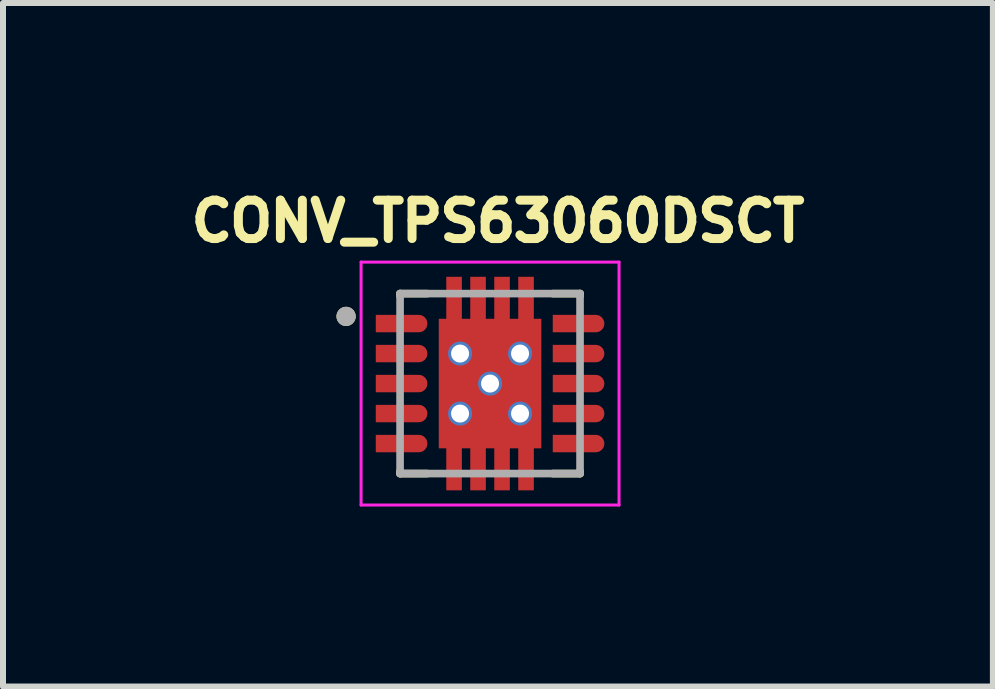
<source format=kicad_pcb>
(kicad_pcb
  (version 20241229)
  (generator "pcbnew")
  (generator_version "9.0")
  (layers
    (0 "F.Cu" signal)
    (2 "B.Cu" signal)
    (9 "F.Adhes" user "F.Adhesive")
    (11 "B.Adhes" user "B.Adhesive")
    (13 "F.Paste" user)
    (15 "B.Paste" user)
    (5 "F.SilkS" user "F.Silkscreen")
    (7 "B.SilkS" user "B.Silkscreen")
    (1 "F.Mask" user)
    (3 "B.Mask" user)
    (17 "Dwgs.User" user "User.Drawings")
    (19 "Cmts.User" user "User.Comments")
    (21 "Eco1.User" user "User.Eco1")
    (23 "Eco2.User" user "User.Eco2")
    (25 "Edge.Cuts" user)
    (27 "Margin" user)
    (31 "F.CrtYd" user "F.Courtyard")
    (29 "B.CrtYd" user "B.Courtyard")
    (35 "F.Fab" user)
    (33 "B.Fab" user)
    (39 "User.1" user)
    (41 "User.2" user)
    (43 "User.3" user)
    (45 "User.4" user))
  (footprint "CONV_TPS63060DSCT"
    (layer "F.Cu")
    (at 5.119 3.344)
    (property "Reference" "CONV_TPS63060DSCT" (at 0.132 -2.706 0) (layer "F.SilkS") (effects (font (size 0.64 0.64) (thickness 0.15))))
    (attr smd)
    (fp_poly (pts (xy -0.92 -1.145) (xy -0.795 -1.145) (xy -0.795 -1.845) (xy -0.405 -1.845) (xy -0.405 -1.145) (xy -0.395 -1.145) (xy -0.395 -1.845) (xy -0.005 -1.845) (xy -0.005 -1.145) (xy 0.005 -1.145) (xy 0.005 -1.845) (xy 0.395 -1.845) (xy 0.395 -1.145) (xy 0.405 -1.145) (xy 0.405 -1.845) (xy 0.795 -1.845) (xy 0.795 -1.145) (xy 0.92 -1.145) (xy 0.92 1.145) (xy 0.795 1.145) (xy 0.795 1.845) (xy 0.405 1.845) (xy 0.405 1.145) (xy 0.395 1.145) (xy 0.395 1.845) (xy 0.005 1.845) (xy 0.005 1.145) (xy -0.005 1.145) (xy -0.005 1.845) (xy -0.395 1.845) (xy -0.395 1.145) (xy -0.405 1.145) (xy -0.405 1.845) (xy -0.795 1.845) (xy -0.795 1.145) (xy -0.92 1.145)) (stroke (width 0.01) (type solid)) (fill yes) (layer "F.Mask"))
    (fp_poly (pts (xy -1.97 -1.21) (xy -1.97 -0.79) (xy -1.19 -0.79) (xy -1.179 -0.79) (xy -1.168 -0.791) (xy -1.157 -0.793) (xy -1.146 -0.795) (xy -1.136 -0.797) (xy -1.125 -0.8) (xy -1.115 -0.804) (xy -1.105 -0.808) (xy -1.095 -0.813) (xy -1.085 -0.818) (xy -1.076 -0.824) (xy -1.067 -0.83) (xy -1.058 -0.837) (xy -1.049 -0.844) (xy -1.042 -0.852) (xy -1.034 -0.859) (xy -1.027 -0.868) (xy -1.02 -0.877) (xy -1.014 -0.886) (xy -1.008 -0.895) (xy -1.003 -0.905) (xy -0.998 -0.915) (xy -0.994 -0.925) (xy -0.99 -0.935) (xy -0.987 -0.946) (xy -0.985 -0.956) (xy -0.983 -0.967) (xy -0.981 -0.978) (xy -0.98 -0.989) (xy -0.98 -1) (xy -0.98 -1.011) (xy -0.981 -1.022) (xy -0.983 -1.033) (xy -0.985 -1.044) (xy -0.987 -1.054) (xy -0.99 -1.065) (xy -0.994 -1.075) (xy -0.998 -1.085) (xy -1.003 -1.095) (xy -1.008 -1.105) (xy -1.014 -1.114) (xy -1.02 -1.123) (xy -1.027 -1.132) (xy -1.034 -1.141) (xy -1.042 -1.148) (xy -1.049 -1.156) (xy -1.058 -1.163) (xy -1.067 -1.17) (xy -1.076 -1.176) (xy -1.085 -1.182) (xy -1.095 -1.187) (xy -1.105 -1.192) (xy -1.115 -1.196) (xy -1.125 -1.2) (xy -1.136 -1.203) (xy -1.146 -1.205) (xy -1.157 -1.207) (xy -1.168 -1.209) (xy -1.179 -1.21) (xy -1.19 -1.21) (xy -1.97 -1.21)) (stroke (width 0.01) (type solid)) (fill yes) (layer "F.Mask"))
    (fp_poly (pts (xy -1.97 -0.71) (xy -1.97 -0.29) (xy -1.19 -0.29) (xy -1.179 -0.29) (xy -1.168 -0.291) (xy -1.157 -0.293) (xy -1.146 -0.295) (xy -1.136 -0.297) (xy -1.125 -0.3) (xy -1.115 -0.304) (xy -1.105 -0.308) (xy -1.095 -0.313) (xy -1.085 -0.318) (xy -1.076 -0.324) (xy -1.067 -0.33) (xy -1.058 -0.337) (xy -1.049 -0.344) (xy -1.042 -0.352) (xy -1.034 -0.359) (xy -1.027 -0.368) (xy -1.02 -0.377) (xy -1.014 -0.386) (xy -1.008 -0.395) (xy -1.003 -0.405) (xy -0.998 -0.415) (xy -0.994 -0.425) (xy -0.99 -0.435) (xy -0.987 -0.446) (xy -0.985 -0.456) (xy -0.983 -0.467) (xy -0.981 -0.478) (xy -0.98 -0.489) (xy -0.98 -0.5) (xy -0.98 -0.511) (xy -0.981 -0.522) (xy -0.983 -0.533) (xy -0.985 -0.544) (xy -0.987 -0.554) (xy -0.99 -0.565) (xy -0.994 -0.575) (xy -0.998 -0.585) (xy -1.003 -0.595) (xy -1.008 -0.605) (xy -1.014 -0.614) (xy -1.02 -0.623) (xy -1.027 -0.632) (xy -1.034 -0.641) (xy -1.042 -0.648) (xy -1.049 -0.656) (xy -1.058 -0.663) (xy -1.067 -0.67) (xy -1.076 -0.676) (xy -1.085 -0.682) (xy -1.095 -0.687) (xy -1.105 -0.692) (xy -1.115 -0.696) (xy -1.125 -0.7) (xy -1.136 -0.703) (xy -1.146 -0.705) (xy -1.157 -0.707) (xy -1.168 -0.709) (xy -1.179 -0.71) (xy -1.19 -0.71) (xy -1.97 -0.71)) (stroke (width 0.01) (type solid)) (fill yes) (layer "F.Mask"))
    (fp_poly (pts (xy -1.97 -0.21) (xy -1.97 0.21) (xy -1.19 0.21) (xy -1.179 0.21) (xy -1.168 0.209) (xy -1.157 0.207) (xy -1.146 0.205) (xy -1.136 0.203) (xy -1.125 0.2) (xy -1.115 0.196) (xy -1.105 0.192) (xy -1.095 0.187) (xy -1.085 0.182) (xy -1.076 0.176) (xy -1.067 0.17) (xy -1.058 0.163) (xy -1.049 0.156) (xy -1.042 0.148) (xy -1.034 0.141) (xy -1.027 0.132) (xy -1.02 0.123) (xy -1.014 0.114) (xy -1.008 0.105) (xy -1.003 0.095) (xy -0.998 0.085) (xy -0.994 0.075) (xy -0.99 0.065) (xy -0.987 0.054) (xy -0.985 0.044) (xy -0.983 0.033) (xy -0.981 0.022) (xy -0.98 0.011) (xy -0.98 0) (xy -0.98 -0.011) (xy -0.981 -0.022) (xy -0.983 -0.033) (xy -0.985 -0.044) (xy -0.987 -0.054) (xy -0.99 -0.065) (xy -0.994 -0.075) (xy -0.998 -0.085) (xy -1.003 -0.095) (xy -1.008 -0.105) (xy -1.014 -0.114) (xy -1.02 -0.123) (xy -1.027 -0.132) (xy -1.034 -0.141) (xy -1.042 -0.148) (xy -1.049 -0.156) (xy -1.058 -0.163) (xy -1.067 -0.17) (xy -1.076 -0.176) (xy -1.085 -0.182) (xy -1.095 -0.187) (xy -1.105 -0.192) (xy -1.115 -0.196) (xy -1.125 -0.2) (xy -1.136 -0.203) (xy -1.146 -0.205) (xy -1.157 -0.207) (xy -1.168 -0.209) (xy -1.179 -0.21) (xy -1.19 -0.21) (xy -1.97 -0.21)) (stroke (width 0.01) (type solid)) (fill yes) (layer "F.Mask"))
    (fp_poly (pts (xy -1.97 0.29) (xy -1.97 0.71) (xy -1.19 0.71) (xy -1.179 0.71) (xy -1.168 0.709) (xy -1.157 0.707) (xy -1.146 0.705) (xy -1.136 0.703) (xy -1.125 0.7) (xy -1.115 0.696) (xy -1.105 0.692) (xy -1.095 0.687) (xy -1.085 0.682) (xy -1.076 0.676) (xy -1.067 0.67) (xy -1.058 0.663) (xy -1.049 0.656) (xy -1.042 0.648) (xy -1.034 0.641) (xy -1.027 0.632) (xy -1.02 0.623) (xy -1.014 0.614) (xy -1.008 0.605) (xy -1.003 0.595) (xy -0.998 0.585) (xy -0.994 0.575) (xy -0.99 0.565) (xy -0.987 0.554) (xy -0.985 0.544) (xy -0.983 0.533) (xy -0.981 0.522) (xy -0.98 0.511) (xy -0.98 0.5) (xy -0.98 0.489) (xy -0.981 0.478) (xy -0.983 0.467) (xy -0.985 0.456) (xy -0.987 0.446) (xy -0.99 0.435) (xy -0.994 0.425) (xy -0.998 0.415) (xy -1.003 0.405) (xy -1.008 0.395) (xy -1.014 0.386) (xy -1.02 0.377) (xy -1.027 0.368) (xy -1.034 0.359) (xy -1.042 0.352) (xy -1.049 0.344) (xy -1.058 0.337) (xy -1.067 0.33) (xy -1.076 0.324) (xy -1.085 0.318) (xy -1.095 0.313) (xy -1.105 0.308) (xy -1.115 0.304) (xy -1.125 0.3) (xy -1.136 0.297) (xy -1.146 0.295) (xy -1.157 0.293) (xy -1.168 0.291) (xy -1.179 0.29) (xy -1.19 0.29) (xy -1.97 0.29)) (stroke (width 0.01) (type solid)) (fill yes) (layer "F.Mask"))
    (fp_poly (pts (xy -1.97 0.79) (xy -1.97 1.21) (xy -1.19 1.21) (xy -1.179 1.21) (xy -1.168 1.209) (xy -1.157 1.207) (xy -1.146 1.205) (xy -1.136 1.203) (xy -1.125 1.2) (xy -1.115 1.196) (xy -1.105 1.192) (xy -1.095 1.187) (xy -1.085 1.182) (xy -1.076 1.176) (xy -1.067 1.17) (xy -1.058 1.163) (xy -1.049 1.156) (xy -1.042 1.148) (xy -1.034 1.141) (xy -1.027 1.132) (xy -1.02 1.123) (xy -1.014 1.114) (xy -1.008 1.105) (xy -1.003 1.095) (xy -0.998 1.085) (xy -0.994 1.075) (xy -0.99 1.065) (xy -0.987 1.054) (xy -0.985 1.044) (xy -0.983 1.033) (xy -0.981 1.022) (xy -0.98 1.011) (xy -0.98 1) (xy -0.98 0.989) (xy -0.981 0.978) (xy -0.983 0.967) (xy -0.985 0.956) (xy -0.987 0.946) (xy -0.99 0.935) (xy -0.994 0.925) (xy -0.998 0.915) (xy -1.003 0.905) (xy -1.008 0.895) (xy -1.014 0.886) (xy -1.02 0.877) (xy -1.027 0.868) (xy -1.034 0.859) (xy -1.042 0.852) (xy -1.049 0.844) (xy -1.058 0.837) (xy -1.067 0.83) (xy -1.076 0.824) (xy -1.085 0.818) (xy -1.095 0.813) (xy -1.105 0.808) (xy -1.115 0.804) (xy -1.125 0.8) (xy -1.136 0.797) (xy -1.146 0.795) (xy -1.157 0.793) (xy -1.168 0.791) (xy -1.179 0.79) (xy -1.19 0.79) (xy -1.97 0.79)) (stroke (width 0.01) (type solid)) (fill yes) (layer "F.Mask"))
    (fp_poly (pts (xy 1.97 -1.21) (xy 1.97 -0.79) (xy 1.19 -0.79) (xy 1.179 -0.79) (xy 1.168 -0.791) (xy 1.157 -0.793) (xy 1.146 -0.795) (xy 1.136 -0.797) (xy 1.125 -0.8) (xy 1.115 -0.804) (xy 1.105 -0.808) (xy 1.095 -0.813) (xy 1.085 -0.818) (xy 1.076 -0.824) (xy 1.067 -0.83) (xy 1.058 -0.837) (xy 1.049 -0.844) (xy 1.042 -0.852) (xy 1.034 -0.859) (xy 1.027 -0.868) (xy 1.02 -0.877) (xy 1.014 -0.886) (xy 1.008 -0.895) (xy 1.003 -0.905) (xy 0.998 -0.915) (xy 0.994 -0.925) (xy 0.99 -0.935) (xy 0.987 -0.946) (xy 0.985 -0.956) (xy 0.983 -0.967) (xy 0.981 -0.978) (xy 0.98 -0.989) (xy 0.98 -1) (xy 0.98 -1.011) (xy 0.981 -1.022) (xy 0.983 -1.033) (xy 0.985 -1.044) (xy 0.987 -1.054) (xy 0.99 -1.065) (xy 0.994 -1.075) (xy 0.998 -1.085) (xy 1.003 -1.095) (xy 1.008 -1.105) (xy 1.014 -1.114) (xy 1.02 -1.123) (xy 1.027 -1.132) (xy 1.034 -1.141) (xy 1.042 -1.148) (xy 1.049 -1.156) (xy 1.058 -1.163) (xy 1.067 -1.17) (xy 1.076 -1.176) (xy 1.085 -1.182) (xy 1.095 -1.187) (xy 1.105 -1.192) (xy 1.115 -1.196) (xy 1.125 -1.2) (xy 1.136 -1.203) (xy 1.146 -1.205) (xy 1.157 -1.207) (xy 1.168 -1.209) (xy 1.179 -1.21) (xy 1.19 -1.21) (xy 1.97 -1.21)) (stroke (width 0.01) (type solid)) (fill yes) (layer "F.Mask"))
    (fp_poly (pts (xy 1.97 -0.71) (xy 1.97 -0.29) (xy 1.19 -0.29) (xy 1.179 -0.29) (xy 1.168 -0.291) (xy 1.157 -0.293) (xy 1.146 -0.295) (xy 1.136 -0.297) (xy 1.125 -0.3) (xy 1.115 -0.304) (xy 1.105 -0.308) (xy 1.095 -0.313) (xy 1.085 -0.318) (xy 1.076 -0.324) (xy 1.067 -0.33) (xy 1.058 -0.337) (xy 1.049 -0.344) (xy 1.042 -0.352) (xy 1.034 -0.359) (xy 1.027 -0.368) (xy 1.02 -0.377) (xy 1.014 -0.386) (xy 1.008 -0.395) (xy 1.003 -0.405) (xy 0.998 -0.415) (xy 0.994 -0.425) (xy 0.99 -0.435) (xy 0.987 -0.446) (xy 0.985 -0.456) (xy 0.983 -0.467) (xy 0.981 -0.478) (xy 0.98 -0.489) (xy 0.98 -0.5) (xy 0.98 -0.511) (xy 0.981 -0.522) (xy 0.983 -0.533) (xy 0.985 -0.544) (xy 0.987 -0.554) (xy 0.99 -0.565) (xy 0.994 -0.575) (xy 0.998 -0.585) (xy 1.003 -0.595) (xy 1.008 -0.605) (xy 1.014 -0.614) (xy 1.02 -0.623) (xy 1.027 -0.632) (xy 1.034 -0.641) (xy 1.042 -0.648) (xy 1.049 -0.656) (xy 1.058 -0.663) (xy 1.067 -0.67) (xy 1.076 -0.676) (xy 1.085 -0.682) (xy 1.095 -0.687) (xy 1.105 -0.692) (xy 1.115 -0.696) (xy 1.125 -0.7) (xy 1.136 -0.703) (xy 1.146 -0.705) (xy 1.157 -0.707) (xy 1.168 -0.709) (xy 1.179 -0.71) (xy 1.19 -0.71) (xy 1.97 -0.71)) (stroke (width 0.01) (type solid)) (fill yes) (layer "F.Mask"))
    (fp_poly (pts (xy 1.97 -0.21) (xy 1.97 0.21) (xy 1.19 0.21) (xy 1.179 0.21) (xy 1.168 0.209) (xy 1.157 0.207) (xy 1.146 0.205) (xy 1.136 0.203) (xy 1.125 0.2) (xy 1.115 0.196) (xy 1.105 0.192) (xy 1.095 0.187) (xy 1.085 0.182) (xy 1.076 0.176) (xy 1.067 0.17) (xy 1.058 0.163) (xy 1.049 0.156) (xy 1.042 0.148) (xy 1.034 0.141) (xy 1.027 0.132) (xy 1.02 0.123) (xy 1.014 0.114) (xy 1.008 0.105) (xy 1.003 0.095) (xy 0.998 0.085) (xy 0.994 0.075) (xy 0.99 0.065) (xy 0.987 0.054) (xy 0.985 0.044) (xy 0.983 0.033) (xy 0.981 0.022) (xy 0.98 0.011) (xy 0.98 0) (xy 0.98 -0.011) (xy 0.981 -0.022) (xy 0.983 -0.033) (xy 0.985 -0.044) (xy 0.987 -0.054) (xy 0.99 -0.065) (xy 0.994 -0.075) (xy 0.998 -0.085) (xy 1.003 -0.095) (xy 1.008 -0.105) (xy 1.014 -0.114) (xy 1.02 -0.123) (xy 1.027 -0.132) (xy 1.034 -0.141) (xy 1.042 -0.148) (xy 1.049 -0.156) (xy 1.058 -0.163) (xy 1.067 -0.17) (xy 1.076 -0.176) (xy 1.085 -0.182) (xy 1.095 -0.187) (xy 1.105 -0.192) (xy 1.115 -0.196) (xy 1.125 -0.2) (xy 1.136 -0.203) (xy 1.146 -0.205) (xy 1.157 -0.207) (xy 1.168 -0.209) (xy 1.179 -0.21) (xy 1.19 -0.21) (xy 1.97 -0.21)) (stroke (width 0.01) (type solid)) (fill yes) (layer "F.Mask"))
    (fp_poly (pts (xy 1.97 0.29) (xy 1.97 0.71) (xy 1.19 0.71) (xy 1.179 0.71) (xy 1.168 0.709) (xy 1.157 0.707) (xy 1.146 0.705) (xy 1.136 0.703) (xy 1.125 0.7) (xy 1.115 0.696) (xy 1.105 0.692) (xy 1.095 0.687) (xy 1.085 0.682) (xy 1.076 0.676) (xy 1.067 0.67) (xy 1.058 0.663) (xy 1.049 0.656) (xy 1.042 0.648) (xy 1.034 0.641) (xy 1.027 0.632) (xy 1.02 0.623) (xy 1.014 0.614) (xy 1.008 0.605) (xy 1.003 0.595) (xy 0.998 0.585) (xy 0.994 0.575) (xy 0.99 0.565) (xy 0.987 0.554) (xy 0.985 0.544) (xy 0.983 0.533) (xy 0.981 0.522) (xy 0.98 0.511) (xy 0.98 0.5) (xy 0.98 0.489) (xy 0.981 0.478) (xy 0.983 0.467) (xy 0.985 0.456) (xy 0.987 0.446) (xy 0.99 0.435) (xy 0.994 0.425) (xy 0.998 0.415) (xy 1.003 0.405) (xy 1.008 0.395) (xy 1.014 0.386) (xy 1.02 0.377) (xy 1.027 0.368) (xy 1.034 0.359) (xy 1.042 0.352) (xy 1.049 0.344) (xy 1.058 0.337) (xy 1.067 0.33) (xy 1.076 0.324) (xy 1.085 0.318) (xy 1.095 0.313) (xy 1.105 0.308) (xy 1.115 0.304) (xy 1.125 0.3) (xy 1.136 0.297) (xy 1.146 0.295) (xy 1.157 0.293) (xy 1.168 0.291) (xy 1.179 0.29) (xy 1.19 0.29) (xy 1.97 0.29)) (stroke (width 0.01) (type solid)) (fill yes) (layer "F.Mask"))
    (fp_poly (pts (xy 1.97 0.79) (xy 1.97 1.21) (xy 1.19 1.21) (xy 1.179 1.21) (xy 1.168 1.209) (xy 1.157 1.207) (xy 1.146 1.205) (xy 1.136 1.203) (xy 1.125 1.2) (xy 1.115 1.196) (xy 1.105 1.192) (xy 1.095 1.187) (xy 1.085 1.182) (xy 1.076 1.176) (xy 1.067 1.17) (xy 1.058 1.163) (xy 1.049 1.156) (xy 1.042 1.148) (xy 1.034 1.141) (xy 1.027 1.132) (xy 1.02 1.123) (xy 1.014 1.114) (xy 1.008 1.105) (xy 1.003 1.095) (xy 0.998 1.085) (xy 0.994 1.075) (xy 0.99 1.065) (xy 0.987 1.054) (xy 0.985 1.044) (xy 0.983 1.033) (xy 0.981 1.022) (xy 0.98 1.011) (xy 0.98 1) (xy 0.98 0.989) (xy 0.981 0.978) (xy 0.983 0.967) (xy 0.985 0.956) (xy 0.987 0.946) (xy 0.99 0.935) (xy 0.994 0.925) (xy 0.998 0.915) (xy 1.003 0.905) (xy 1.008 0.895) (xy 1.014 0.886) (xy 1.02 0.877) (xy 1.027 0.868) (xy 1.034 0.859) (xy 1.042 0.852) (xy 1.049 0.844) (xy 1.058 0.837) (xy 1.067 0.83) (xy 1.076 0.824) (xy 1.085 0.818) (xy 1.095 0.813) (xy 1.105 0.808) (xy 1.115 0.804) (xy 1.125 0.8) (xy 1.136 0.797) (xy 1.146 0.795) (xy 1.157 0.793) (xy 1.168 0.791) (xy 1.179 0.79) (xy 1.19 0.79) (xy 1.97 0.79)) (stroke (width 0.01) (type solid)) (fill yes) (layer "F.Mask"))
    (fp_line (start -1.5 -1.5) (end -1.5 -1.46) (stroke (width 0.127) (type solid)) (layer "F.SilkS"))
    (fp_line (start -1.5 -1.5) (end -1.045 -1.5) (stroke (width 0.127) (type solid)) (layer "F.SilkS"))
    (fp_line (start -1.5 1.5) (end -1.5 1.46) (stroke (width 0.127) (type solid)) (layer "F.SilkS"))
    (fp_line (start -1.5 1.5) (end -1.045 1.5) (stroke (width 0.127) (type solid)) (layer "F.SilkS"))
    (fp_line (start 1.045 -1.5) (end 1.5 -1.5) (stroke (width 0.127) (type solid)) (layer "F.SilkS"))
    (fp_line (start 1.045 1.5) (end 1.5 1.5) (stroke (width 0.127) (type solid)) (layer "F.SilkS"))
    (fp_line (start 1.5 -1.5) (end 1.5 -1.46) (stroke (width 0.127) (type solid)) (layer "F.SilkS"))
    (fp_line (start 1.5 1.5) (end 1.5 1.46) (stroke (width 0.127) (type solid)) (layer "F.SilkS"))
    (fp_circle (center -2.4 -1.12) (end -2.32 -1.12) (stroke (width 0.16) (type solid)) (fill no) (layer "F.SilkS"))
    (fp_poly (pts (xy -0.76 -1.01) (xy -0.11 -1.01) (xy -0.11 -0.11) (xy -0.76 -0.11)) (stroke (width 0.01) (type solid)) (fill yes) (layer "F.Paste"))
    (fp_poly (pts (xy -0.76 0.11) (xy -0.11 0.11) (xy -0.11 1.01) (xy -0.76 1.01)) (stroke (width 0.01) (type solid)) (fill yes) (layer "F.Paste"))
    (fp_poly (pts (xy -0.715 -1.76) (xy -0.485 -1.76) (xy -0.485 -1.16) (xy -0.715 -1.16)) (stroke (width 0.01) (type solid)) (fill yes) (layer "F.Paste"))
    (fp_poly (pts (xy -0.715 1.16) (xy -0.485 1.16) (xy -0.485 1.76) (xy -0.715 1.76)) (stroke (width 0.01) (type solid)) (fill yes) (layer "F.Paste"))
    (fp_poly (pts (xy -0.315 -1.76) (xy -0.085 -1.76) (xy -0.085 -1.16) (xy -0.315 -1.16)) (stroke (width 0.01) (type solid)) (fill yes) (layer "F.Paste"))
    (fp_poly (pts (xy -0.315 1.16) (xy -0.085 1.16) (xy -0.085 1.76) (xy -0.315 1.76)) (stroke (width 0.01) (type solid)) (fill yes) (layer "F.Paste"))
    (fp_poly (pts (xy 0.085 -1.76) (xy 0.315 -1.76) (xy 0.315 -1.16) (xy 0.085 -1.16)) (stroke (width 0.01) (type solid)) (fill yes) (layer "F.Paste"))
    (fp_poly (pts (xy 0.085 1.16) (xy 0.315 1.16) (xy 0.315 1.76) (xy 0.085 1.76)) (stroke (width 0.01) (type solid)) (fill yes) (layer "F.Paste"))
    (fp_poly (pts (xy 0.11 -1.01) (xy 0.76 -1.01) (xy 0.76 -0.11) (xy 0.11 -0.11)) (stroke (width 0.01) (type solid)) (fill yes) (layer "F.Paste"))
    (fp_poly (pts (xy 0.11 0.11) (xy 0.76 0.11) (xy 0.76 1.01) (xy 0.11 1.01)) (stroke (width 0.01) (type solid)) (fill yes) (layer "F.Paste"))
    (fp_poly (pts (xy 0.485 -1.76) (xy 0.715 -1.76) (xy 0.715 -1.16) (xy 0.485 -1.16)) (stroke (width 0.01) (type solid)) (fill yes) (layer "F.Paste"))
    (fp_poly (pts (xy 0.485 1.16) (xy 0.715 1.16) (xy 0.715 1.76) (xy 0.485 1.76)) (stroke (width 0.01) (type solid)) (fill yes) (layer "F.Paste"))
    (fp_poly (pts (xy -1.875 -1.115) (xy -1.875 -0.885) (xy -1.215 -0.885) (xy -1.209 -0.885) (xy -1.203 -0.884) (xy -1.196 -0.885) (xy -1.189 -0.885) (xy -1.182 -0.886) (xy -1.176 -0.887) (xy -1.169 -0.889) (xy -1.163 -0.891) (xy -1.157 -0.893) (xy -1.15 -0.895) (xy -1.144 -0.898) (xy -1.138 -0.902) (xy -1.133 -0.905) (xy -1.127 -0.909) (xy -1.122 -0.913) (xy -1.117 -0.917) (xy -1.112 -0.922) (xy -1.107 -0.927) (xy -1.103 -0.932) (xy -1.099 -0.937) (xy -1.095 -0.943) (xy -1.092 -0.948) (xy -1.088 -0.954) (xy -1.085 -0.96) (xy -1.083 -0.967) (xy -1.081 -0.973) (xy -1.079 -0.979) (xy -1.077 -0.986) (xy -1.076 -0.992) (xy -1.075 -1) (xy -1.076 -1.008) (xy -1.077 -1.014) (xy -1.079 -1.021) (xy -1.081 -1.027) (xy -1.083 -1.033) (xy -1.085 -1.04) (xy -1.088 -1.046) (xy -1.092 -1.052) (xy -1.095 -1.057) (xy -1.099 -1.063) (xy -1.103 -1.068) (xy -1.107 -1.073) (xy -1.112 -1.078) (xy -1.117 -1.083) (xy -1.122 -1.087) (xy -1.127 -1.091) (xy -1.133 -1.095) (xy -1.138 -1.098) (xy -1.144 -1.102) (xy -1.15 -1.105) (xy -1.157 -1.107) (xy -1.163 -1.109) (xy -1.169 -1.111) (xy -1.176 -1.113) (xy -1.182 -1.114) (xy -1.189 -1.115) (xy -1.196 -1.115) (xy -1.203 -1.116) (xy -1.209 -1.115) (xy -1.215 -1.115) (xy -1.875 -1.115)) (stroke (width 0.01) (type solid)) (fill yes) (layer "F.Paste"))
    (fp_poly (pts (xy -1.875 -0.615) (xy -1.875 -0.385) (xy -1.215 -0.385) (xy -1.209 -0.385) (xy -1.203 -0.384) (xy -1.196 -0.385) (xy -1.189 -0.385) (xy -1.182 -0.386) (xy -1.176 -0.387) (xy -1.169 -0.389) (xy -1.163 -0.391) (xy -1.157 -0.393) (xy -1.15 -0.395) (xy -1.144 -0.398) (xy -1.138 -0.402) (xy -1.133 -0.405) (xy -1.127 -0.409) (xy -1.122 -0.413) (xy -1.117 -0.417) (xy -1.112 -0.422) (xy -1.107 -0.427) (xy -1.103 -0.432) (xy -1.099 -0.437) (xy -1.095 -0.443) (xy -1.092 -0.448) (xy -1.088 -0.454) (xy -1.085 -0.46) (xy -1.083 -0.467) (xy -1.081 -0.473) (xy -1.079 -0.479) (xy -1.077 -0.486) (xy -1.076 -0.492) (xy -1.075 -0.5) (xy -1.076 -0.508) (xy -1.077 -0.514) (xy -1.079 -0.521) (xy -1.081 -0.527) (xy -1.083 -0.533) (xy -1.085 -0.54) (xy -1.088 -0.546) (xy -1.092 -0.552) (xy -1.095 -0.557) (xy -1.099 -0.563) (xy -1.103 -0.568) (xy -1.107 -0.573) (xy -1.112 -0.578) (xy -1.117 -0.583) (xy -1.122 -0.587) (xy -1.127 -0.591) (xy -1.133 -0.595) (xy -1.138 -0.598) (xy -1.144 -0.602) (xy -1.15 -0.605) (xy -1.157 -0.607) (xy -1.163 -0.609) (xy -1.169 -0.611) (xy -1.176 -0.613) (xy -1.182 -0.614) (xy -1.189 -0.615) (xy -1.196 -0.615) (xy -1.203 -0.616) (xy -1.209 -0.615) (xy -1.215 -0.615) (xy -1.875 -0.615)) (stroke (width 0.01) (type solid)) (fill yes) (layer "F.Paste"))
    (fp_poly (pts (xy -1.875 -0.115) (xy -1.875 0.115) (xy -1.215 0.115) (xy -1.209 0.115) (xy -1.203 0.116) (xy -1.196 0.115) (xy -1.189 0.115) (xy -1.182 0.114) (xy -1.176 0.113) (xy -1.169 0.111) (xy -1.163 0.109) (xy -1.157 0.107) (xy -1.15 0.105) (xy -1.144 0.102) (xy -1.138 0.098) (xy -1.133 0.095) (xy -1.127 0.091) (xy -1.122 0.087) (xy -1.117 0.083) (xy -1.112 0.078) (xy -1.107 0.073) (xy -1.103 0.068) (xy -1.099 0.063) (xy -1.095 0.057) (xy -1.092 0.052) (xy -1.088 0.046) (xy -1.085 0.04) (xy -1.083 0.033) (xy -1.081 0.027) (xy -1.079 0.021) (xy -1.077 0.014) (xy -1.076 0.008) (xy -1.075 0) (xy -1.076 -0.008) (xy -1.077 -0.014) (xy -1.079 -0.021) (xy -1.081 -0.027) (xy -1.083 -0.033) (xy -1.085 -0.04) (xy -1.088 -0.046) (xy -1.092 -0.052) (xy -1.095 -0.057) (xy -1.099 -0.063) (xy -1.103 -0.068) (xy -1.107 -0.073) (xy -1.112 -0.078) (xy -1.117 -0.083) (xy -1.122 -0.087) (xy -1.127 -0.091) (xy -1.133 -0.095) (xy -1.138 -0.098) (xy -1.144 -0.102) (xy -1.15 -0.105) (xy -1.157 -0.107) (xy -1.163 -0.109) (xy -1.169 -0.111) (xy -1.176 -0.113) (xy -1.182 -0.114) (xy -1.189 -0.115) (xy -1.196 -0.115) (xy -1.203 -0.116) (xy -1.209 -0.115) (xy -1.215 -0.115) (xy -1.875 -0.115)) (stroke (width 0.01) (type solid)) (fill yes) (layer "F.Paste"))
    (fp_poly (pts (xy -1.875 0.385) (xy -1.875 0.615) (xy -1.215 0.615) (xy -1.209 0.615) (xy -1.203 0.616) (xy -1.196 0.615) (xy -1.189 0.615) (xy -1.182 0.614) (xy -1.176 0.613) (xy -1.169 0.611) (xy -1.163 0.609) (xy -1.157 0.607) (xy -1.15 0.605) (xy -1.144 0.602) (xy -1.138 0.598) (xy -1.133 0.595) (xy -1.127 0.591) (xy -1.122 0.587) (xy -1.117 0.583) (xy -1.112 0.578) (xy -1.107 0.573) (xy -1.103 0.568) (xy -1.099 0.563) (xy -1.095 0.557) (xy -1.092 0.552) (xy -1.088 0.546) (xy -1.085 0.54) (xy -1.083 0.533) (xy -1.081 0.527) (xy -1.079 0.521) (xy -1.077 0.514) (xy -1.076 0.508) (xy -1.075 0.5) (xy -1.076 0.492) (xy -1.077 0.486) (xy -1.079 0.479) (xy -1.081 0.473) (xy -1.083 0.467) (xy -1.085 0.46) (xy -1.088 0.454) (xy -1.092 0.448) (xy -1.095 0.443) (xy -1.099 0.437) (xy -1.103 0.432) (xy -1.107 0.427) (xy -1.112 0.422) (xy -1.117 0.417) (xy -1.122 0.413) (xy -1.127 0.409) (xy -1.133 0.405) (xy -1.138 0.402) (xy -1.144 0.398) (xy -1.15 0.395) (xy -1.157 0.393) (xy -1.163 0.391) (xy -1.169 0.389) (xy -1.176 0.387) (xy -1.182 0.386) (xy -1.189 0.385) (xy -1.196 0.385) (xy -1.203 0.384) (xy -1.209 0.385) (xy -1.215 0.385) (xy -1.875 0.385)) (stroke (width 0.01) (type solid)) (fill yes) (layer "F.Paste"))
    (fp_poly (pts (xy -1.875 0.885) (xy -1.875 1.115) (xy -1.215 1.115) (xy -1.209 1.115) (xy -1.203 1.116) (xy -1.196 1.115) (xy -1.189 1.115) (xy -1.182 1.114) (xy -1.176 1.113) (xy -1.169 1.111) (xy -1.163 1.109) (xy -1.157 1.107) (xy -1.15 1.105) (xy -1.144 1.102) (xy -1.138 1.098) (xy -1.133 1.095) (xy -1.127 1.091) (xy -1.122 1.087) (xy -1.117 1.083) (xy -1.112 1.078) (xy -1.107 1.073) (xy -1.103 1.068) (xy -1.099 1.063) (xy -1.095 1.057) (xy -1.092 1.052) (xy -1.088 1.046) (xy -1.085 1.04) (xy -1.083 1.033) (xy -1.081 1.027) (xy -1.079 1.021) (xy -1.077 1.014) (xy -1.076 1.008) (xy -1.075 1) (xy -1.076 0.992) (xy -1.077 0.986) (xy -1.079 0.979) (xy -1.081 0.973) (xy -1.083 0.967) (xy -1.085 0.96) (xy -1.088 0.954) (xy -1.092 0.948) (xy -1.095 0.943) (xy -1.099 0.937) (xy -1.103 0.932) (xy -1.107 0.927) (xy -1.112 0.922) (xy -1.117 0.917) (xy -1.122 0.913) (xy -1.127 0.909) (xy -1.133 0.905) (xy -1.138 0.902) (xy -1.144 0.898) (xy -1.15 0.895) (xy -1.157 0.893) (xy -1.163 0.891) (xy -1.169 0.889) (xy -1.176 0.887) (xy -1.182 0.886) (xy -1.189 0.885) (xy -1.196 0.885) (xy -1.203 0.884) (xy -1.209 0.885) (xy -1.215 0.885) (xy -1.875 0.885)) (stroke (width 0.01) (type solid)) (fill yes) (layer "F.Paste"))
    (fp_poly (pts (xy 1.875 -1.115) (xy 1.875 -0.885) (xy 1.215 -0.885) (xy 1.209 -0.885) (xy 1.203 -0.884) (xy 1.196 -0.885) (xy 1.189 -0.885) (xy 1.182 -0.886) (xy 1.176 -0.887) (xy 1.169 -0.889) (xy 1.163 -0.891) (xy 1.157 -0.893) (xy 1.15 -0.895) (xy 1.144 -0.898) (xy 1.138 -0.902) (xy 1.133 -0.905) (xy 1.127 -0.909) (xy 1.122 -0.913) (xy 1.117 -0.917) (xy 1.112 -0.922) (xy 1.107 -0.927) (xy 1.103 -0.932) (xy 1.099 -0.937) (xy 1.095 -0.943) (xy 1.092 -0.948) (xy 1.088 -0.954) (xy 1.085 -0.96) (xy 1.083 -0.967) (xy 1.081 -0.973) (xy 1.079 -0.979) (xy 1.077 -0.986) (xy 1.076 -0.992) (xy 1.075 -1) (xy 1.076 -1.008) (xy 1.077 -1.014) (xy 1.079 -1.021) (xy 1.081 -1.027) (xy 1.083 -1.033) (xy 1.085 -1.04) (xy 1.088 -1.046) (xy 1.092 -1.052) (xy 1.095 -1.057) (xy 1.099 -1.063) (xy 1.103 -1.068) (xy 1.107 -1.073) (xy 1.112 -1.078) (xy 1.117 -1.083) (xy 1.122 -1.087) (xy 1.127 -1.091) (xy 1.133 -1.095) (xy 1.138 -1.098) (xy 1.144 -1.102) (xy 1.15 -1.105) (xy 1.157 -1.107) (xy 1.163 -1.109) (xy 1.169 -1.111) (xy 1.176 -1.113) (xy 1.182 -1.114) (xy 1.189 -1.115) (xy 1.196 -1.115) (xy 1.203 -1.116) (xy 1.209 -1.115) (xy 1.215 -1.115) (xy 1.875 -1.115)) (stroke (width 0.01) (type solid)) (fill yes) (layer "F.Paste"))
    (fp_poly (pts (xy 1.875 -0.615) (xy 1.875 -0.385) (xy 1.215 -0.385) (xy 1.209 -0.385) (xy 1.203 -0.384) (xy 1.196 -0.385) (xy 1.189 -0.385) (xy 1.182 -0.386) (xy 1.176 -0.387) (xy 1.169 -0.389) (xy 1.163 -0.391) (xy 1.157 -0.393) (xy 1.15 -0.395) (xy 1.144 -0.398) (xy 1.138 -0.402) (xy 1.133 -0.405) (xy 1.127 -0.409) (xy 1.122 -0.413) (xy 1.117 -0.417) (xy 1.112 -0.422) (xy 1.107 -0.427) (xy 1.103 -0.432) (xy 1.099 -0.437) (xy 1.095 -0.443) (xy 1.092 -0.448) (xy 1.088 -0.454) (xy 1.085 -0.46) (xy 1.083 -0.467) (xy 1.081 -0.473) (xy 1.079 -0.479) (xy 1.077 -0.486) (xy 1.076 -0.492) (xy 1.075 -0.5) (xy 1.076 -0.508) (xy 1.077 -0.514) (xy 1.079 -0.521) (xy 1.081 -0.527) (xy 1.083 -0.533) (xy 1.085 -0.54) (xy 1.088 -0.546) (xy 1.092 -0.552) (xy 1.095 -0.557) (xy 1.099 -0.563) (xy 1.103 -0.568) (xy 1.107 -0.573) (xy 1.112 -0.578) (xy 1.117 -0.583) (xy 1.122 -0.587) (xy 1.127 -0.591) (xy 1.133 -0.595) (xy 1.138 -0.598) (xy 1.144 -0.602) (xy 1.15 -0.605) (xy 1.157 -0.607) (xy 1.163 -0.609) (xy 1.169 -0.611) (xy 1.176 -0.613) (xy 1.182 -0.614) (xy 1.189 -0.615) (xy 1.196 -0.615) (xy 1.203 -0.616) (xy 1.209 -0.615) (xy 1.215 -0.615) (xy 1.875 -0.615)) (stroke (width 0.01) (type solid)) (fill yes) (layer "F.Paste"))
    (fp_poly (pts (xy 1.875 -0.115) (xy 1.875 0.115) (xy 1.215 0.115) (xy 1.209 0.115) (xy 1.203 0.116) (xy 1.196 0.115) (xy 1.189 0.115) (xy 1.182 0.114) (xy 1.176 0.113) (xy 1.169 0.111) (xy 1.163 0.109) (xy 1.157 0.107) (xy 1.15 0.105) (xy 1.144 0.102) (xy 1.138 0.098) (xy 1.133 0.095) (xy 1.127 0.091) (xy 1.122 0.087) (xy 1.117 0.083) (xy 1.112 0.078) (xy 1.107 0.073) (xy 1.103 0.068) (xy 1.099 0.063) (xy 1.095 0.057) (xy 1.092 0.052) (xy 1.088 0.046) (xy 1.085 0.04) (xy 1.083 0.033) (xy 1.081 0.027) (xy 1.079 0.021) (xy 1.077 0.014) (xy 1.076 0.008) (xy 1.075 0) (xy 1.076 -0.008) (xy 1.077 -0.014) (xy 1.079 -0.021) (xy 1.081 -0.027) (xy 1.083 -0.033) (xy 1.085 -0.04) (xy 1.088 -0.046) (xy 1.092 -0.052) (xy 1.095 -0.057) (xy 1.099 -0.063) (xy 1.103 -0.068) (xy 1.107 -0.073) (xy 1.112 -0.078) (xy 1.117 -0.083) (xy 1.122 -0.087) (xy 1.127 -0.091) (xy 1.133 -0.095) (xy 1.138 -0.098) (xy 1.144 -0.102) (xy 1.15 -0.105) (xy 1.157 -0.107) (xy 1.163 -0.109) (xy 1.169 -0.111) (xy 1.176 -0.113) (xy 1.182 -0.114) (xy 1.189 -0.115) (xy 1.196 -0.115) (xy 1.203 -0.116) (xy 1.209 -0.115) (xy 1.215 -0.115) (xy 1.875 -0.115)) (stroke (width 0.01) (type solid)) (fill yes) (layer "F.Paste"))
    (fp_poly (pts (xy 1.875 0.385) (xy 1.875 0.615) (xy 1.215 0.615) (xy 1.209 0.615) (xy 1.203 0.616) (xy 1.196 0.615) (xy 1.189 0.615) (xy 1.182 0.614) (xy 1.176 0.613) (xy 1.169 0.611) (xy 1.163 0.609) (xy 1.157 0.607) (xy 1.15 0.605) (xy 1.144 0.602) (xy 1.138 0.598) (xy 1.133 0.595) (xy 1.127 0.591) (xy 1.122 0.587) (xy 1.117 0.583) (xy 1.112 0.578) (xy 1.107 0.573) (xy 1.103 0.568) (xy 1.099 0.563) (xy 1.095 0.557) (xy 1.092 0.552) (xy 1.088 0.546) (xy 1.085 0.54) (xy 1.083 0.533) (xy 1.081 0.527) (xy 1.079 0.521) (xy 1.077 0.514) (xy 1.076 0.508) (xy 1.075 0.5) (xy 1.076 0.492) (xy 1.077 0.486) (xy 1.079 0.479) (xy 1.081 0.473) (xy 1.083 0.467) (xy 1.085 0.46) (xy 1.088 0.454) (xy 1.092 0.448) (xy 1.095 0.443) (xy 1.099 0.437) (xy 1.103 0.432) (xy 1.107 0.427) (xy 1.112 0.422) (xy 1.117 0.417) (xy 1.122 0.413) (xy 1.127 0.409) (xy 1.133 0.405) (xy 1.138 0.402) (xy 1.144 0.398) (xy 1.15 0.395) (xy 1.157 0.393) (xy 1.163 0.391) (xy 1.169 0.389) (xy 1.176 0.387) (xy 1.182 0.386) (xy 1.189 0.385) (xy 1.196 0.385) (xy 1.203 0.384) (xy 1.209 0.385) (xy 1.215 0.385) (xy 1.875 0.385)) (stroke (width 0.01) (type solid)) (fill yes) (layer "F.Paste"))
    (fp_poly (pts (xy 1.875 0.885) (xy 1.875 1.115) (xy 1.215 1.115) (xy 1.209 1.115) (xy 1.203 1.116) (xy 1.196 1.115) (xy 1.189 1.115) (xy 1.182 1.114) (xy 1.176 1.113) (xy 1.169 1.111) (xy 1.163 1.109) (xy 1.157 1.107) (xy 1.15 1.105) (xy 1.144 1.102) (xy 1.138 1.098) (xy 1.133 1.095) (xy 1.127 1.091) (xy 1.122 1.087) (xy 1.117 1.083) (xy 1.112 1.078) (xy 1.107 1.073) (xy 1.103 1.068) (xy 1.099 1.063) (xy 1.095 1.057) (xy 1.092 1.052) (xy 1.088 1.046) (xy 1.085 1.04) (xy 1.083 1.033) (xy 1.081 1.027) (xy 1.079 1.021) (xy 1.077 1.014) (xy 1.076 1.008) (xy 1.075 1) (xy 1.076 0.992) (xy 1.077 0.986) (xy 1.079 0.979) (xy 1.081 0.973) (xy 1.083 0.967) (xy 1.085 0.96) (xy 1.088 0.954) (xy 1.092 0.948) (xy 1.095 0.943) (xy 1.099 0.937) (xy 1.103 0.932) (xy 1.107 0.927) (xy 1.112 0.922) (xy 1.117 0.917) (xy 1.122 0.913) (xy 1.127 0.909) (xy 1.133 0.905) (xy 1.138 0.902) (xy 1.144 0.898) (xy 1.15 0.895) (xy 1.157 0.893) (xy 1.163 0.891) (xy 1.169 0.889) (xy 1.176 0.887) (xy 1.182 0.886) (xy 1.189 0.885) (xy 1.196 0.885) (xy 1.203 0.884) (xy 1.209 0.885) (xy 1.215 0.885) (xy 1.875 0.885)) (stroke (width 0.01) (type solid)) (fill yes) (layer "F.Paste"))
    (fp_line (start -2.15 -2.025) (end -2.15 2.025) (stroke (width 0.05) (type solid)) (layer "F.CrtYd"))
    (fp_line (start -2.15 2.025) (end 2.15 2.025) (stroke (width 0.05) (type solid)) (layer "F.CrtYd"))
    (fp_line (start 2.15 -2.025) (end -2.15 -2.025) (stroke (width 0.05) (type solid)) (layer "F.CrtYd"))
    (fp_line (start 2.15 2.025) (end 2.15 -2.025) (stroke (width 0.05) (type solid)) (layer "F.CrtYd"))
    (fp_line (start -1.5 -1.5) (end 1.5 -1.5) (stroke (width 0.127) (type solid)) (layer "F.Fab"))
    (fp_line (start -1.5 1.5) (end -1.5 -1.5) (stroke (width 0.127) (type solid)) (layer "F.Fab"))
    (fp_line (start 1.5 -1.5) (end 1.5 1.5) (stroke (width 0.127) (type solid)) (layer "F.Fab"))
    (fp_line (start 1.5 1.5) (end -1.5 1.5) (stroke (width 0.127) (type solid)) (layer "F.Fab"))
    (fp_circle (center -2.4 -1.12) (end -2.32 -1.12) (stroke (width 0.16) (type solid)) (fill no) (layer "F.Fab"))
    (pad "1" smd custom (at -1.475 -1) (size 0.5 0.2) (layers "F.Cu") (options (anchor rect)) (primitives (gr_poly (pts (xy -0.425 -0.14) (xy -0.425 0.14) (xy 0.285 0.14) (xy 0.292 0.14) (xy 0.3 0.139) (xy 0.307 0.138) (xy 0.314 0.137) (xy 0.321 0.135) (xy 0.328 0.133) (xy 0.335 0.131) (xy 0.342 0.128) (xy 0.349 0.125) (xy 0.355 0.121) (xy 0.361 0.117) (xy 0.367 0.113) (xy 0.373 0.109) (xy 0.379 0.104) (xy 0.384 0.099) (xy 0.389 0.094) (xy 0.394 0.088) (xy 0.398 0.082) (xy 0.402 0.076) (xy 0.406 0.07) (xy 0.41 0.064) (xy 0.413 0.057) (xy 0.416 0.05) (xy 0.418 0.043) (xy 0.42 0.036) (xy 0.422 0.029) (xy 0.423 0.022) (xy 0.424 0.015) (xy 0.425 0.007) (xy 0.425 0) (xy 0.425 -0.007) (xy 0.424 -0.015) (xy 0.423 -0.022) (xy 0.422 -0.029) (xy 0.42 -0.036) (xy 0.418 -0.043) (xy 0.416 -0.05) (xy 0.413 -0.057) (xy 0.41 -0.064) (xy 0.406 -0.07) (xy 0.402 -0.076) (xy 0.398 -0.082) (xy 0.394 -0.088) (xy 0.389 -0.094) (xy 0.384 -0.099) (xy 0.379 -0.104) (xy 0.373 -0.109) (xy 0.367 -0.113) (xy 0.361 -0.117) (xy 0.355 -0.121) (xy 0.349 -0.125) (xy 0.342 -0.128) (xy 0.335 -0.131) (xy 0.328 -0.133) (xy 0.321 -0.135) (xy 0.314 -0.137) (xy 0.307 -0.138) (xy 0.3 -0.139) (xy 0.292 -0.14) (xy 0.285 -0.14) (xy -0.425 -0.14)) (width 0.01) (fill yes))))
    (pad "2" smd custom (at -1.475 -0.5) (size 0.5 0.2) (layers "F.Cu") (options (anchor rect)) (primitives (gr_poly (pts (xy -0.425 -0.14) (xy -0.425 0.14) (xy 0.285 0.14) (xy 0.292 0.14) (xy 0.3 0.139) (xy 0.307 0.138) (xy 0.314 0.137) (xy 0.321 0.135) (xy 0.328 0.133) (xy 0.335 0.131) (xy 0.342 0.128) (xy 0.349 0.125) (xy 0.355 0.121) (xy 0.361 0.117) (xy 0.367 0.113) (xy 0.373 0.109) (xy 0.379 0.104) (xy 0.384 0.099) (xy 0.389 0.094) (xy 0.394 0.088) (xy 0.398 0.082) (xy 0.402 0.076) (xy 0.406 0.07) (xy 0.41 0.064) (xy 0.413 0.057) (xy 0.416 0.05) (xy 0.418 0.043) (xy 0.42 0.036) (xy 0.422 0.029) (xy 0.423 0.022) (xy 0.424 0.015) (xy 0.425 0.007) (xy 0.425 0) (xy 0.425 -0.007) (xy 0.424 -0.015) (xy 0.423 -0.022) (xy 0.422 -0.029) (xy 0.42 -0.036) (xy 0.418 -0.043) (xy 0.416 -0.05) (xy 0.413 -0.057) (xy 0.41 -0.064) (xy 0.406 -0.07) (xy 0.402 -0.076) (xy 0.398 -0.082) (xy 0.394 -0.088) (xy 0.389 -0.094) (xy 0.384 -0.099) (xy 0.379 -0.104) (xy 0.373 -0.109) (xy 0.367 -0.113) (xy 0.361 -0.117) (xy 0.355 -0.121) (xy 0.349 -0.125) (xy 0.342 -0.128) (xy 0.335 -0.131) (xy 0.328 -0.133) (xy 0.321 -0.135) (xy 0.314 -0.137) (xy 0.307 -0.138) (xy 0.3 -0.139) (xy 0.292 -0.14) (xy 0.285 -0.14) (xy -0.425 -0.14)) (width 0.01) (fill yes))))
    (pad "3" smd custom (at -1.475 0) (size 0.5 0.2) (layers "F.Cu") (options (anchor rect)) (primitives (gr_poly (pts (xy -0.425 -0.14) (xy -0.425 0.14) (xy 0.285 0.14) (xy 0.292 0.14) (xy 0.3 0.139) (xy 0.307 0.138) (xy 0.314 0.137) (xy 0.321 0.135) (xy 0.328 0.133) (xy 0.335 0.131) (xy 0.342 0.128) (xy 0.349 0.125) (xy 0.355 0.121) (xy 0.361 0.117) (xy 0.367 0.113) (xy 0.373 0.109) (xy 0.379 0.104) (xy 0.384 0.099) (xy 0.389 0.094) (xy 0.394 0.088) (xy 0.398 0.082) (xy 0.402 0.076) (xy 0.406 0.07) (xy 0.41 0.064) (xy 0.413 0.057) (xy 0.416 0.05) (xy 0.418 0.043) (xy 0.42 0.036) (xy 0.422 0.029) (xy 0.423 0.022) (xy 0.424 0.015) (xy 0.425 0.007) (xy 0.425 0) (xy 0.425 -0.007) (xy 0.424 -0.015) (xy 0.423 -0.022) (xy 0.422 -0.029) (xy 0.42 -0.036) (xy 0.418 -0.043) (xy 0.416 -0.05) (xy 0.413 -0.057) (xy 0.41 -0.064) (xy 0.406 -0.07) (xy 0.402 -0.076) (xy 0.398 -0.082) (xy 0.394 -0.088) (xy 0.389 -0.094) (xy 0.384 -0.099) (xy 0.379 -0.104) (xy 0.373 -0.109) (xy 0.367 -0.113) (xy 0.361 -0.117) (xy 0.355 -0.121) (xy 0.349 -0.125) (xy 0.342 -0.128) (xy 0.335 -0.131) (xy 0.328 -0.133) (xy 0.321 -0.135) (xy 0.314 -0.137) (xy 0.307 -0.138) (xy 0.3 -0.139) (xy 0.292 -0.14) (xy 0.285 -0.14) (xy -0.425 -0.14)) (width 0.01) (fill yes))))
    (pad "4" smd custom (at -1.475 0.5) (size 0.5 0.2) (layers "F.Cu") (options (anchor rect)) (primitives (gr_poly (pts (xy -0.425 -0.14) (xy -0.425 0.14) (xy 0.285 0.14) (xy 0.292 0.14) (xy 0.3 0.139) (xy 0.307 0.138) (xy 0.314 0.137) (xy 0.321 0.135) (xy 0.328 0.133) (xy 0.335 0.131) (xy 0.342 0.128) (xy 0.349 0.125) (xy 0.355 0.121) (xy 0.361 0.117) (xy 0.367 0.113) (xy 0.373 0.109) (xy 0.379 0.104) (xy 0.384 0.099) (xy 0.389 0.094) (xy 0.394 0.088) (xy 0.398 0.082) (xy 0.402 0.076) (xy 0.406 0.07) (xy 0.41 0.064) (xy 0.413 0.057) (xy 0.416 0.05) (xy 0.418 0.043) (xy 0.42 0.036) (xy 0.422 0.029) (xy 0.423 0.022) (xy 0.424 0.015) (xy 0.425 0.007) (xy 0.425 0) (xy 0.425 -0.007) (xy 0.424 -0.015) (xy 0.423 -0.022) (xy 0.422 -0.029) (xy 0.42 -0.036) (xy 0.418 -0.043) (xy 0.416 -0.05) (xy 0.413 -0.057) (xy 0.41 -0.064) (xy 0.406 -0.07) (xy 0.402 -0.076) (xy 0.398 -0.082) (xy 0.394 -0.088) (xy 0.389 -0.094) (xy 0.384 -0.099) (xy 0.379 -0.104) (xy 0.373 -0.109) (xy 0.367 -0.113) (xy 0.361 -0.117) (xy 0.355 -0.121) (xy 0.349 -0.125) (xy 0.342 -0.128) (xy 0.335 -0.131) (xy 0.328 -0.133) (xy 0.321 -0.135) (xy 0.314 -0.137) (xy 0.307 -0.138) (xy 0.3 -0.139) (xy 0.292 -0.14) (xy 0.285 -0.14) (xy -0.425 -0.14)) (width 0.01) (fill yes))))
    (pad "5" smd custom (at -1.475 1) (size 0.5 0.2) (layers "F.Cu") (options (anchor rect)) (primitives (gr_poly (pts (xy -0.425 -0.14) (xy -0.425 0.14) (xy 0.285 0.14) (xy 0.292 0.14) (xy 0.3 0.139) (xy 0.307 0.138) (xy 0.314 0.137) (xy 0.321 0.135) (xy 0.328 0.133) (xy 0.335 0.131) (xy 0.342 0.128) (xy 0.349 0.125) (xy 0.355 0.121) (xy 0.361 0.117) (xy 0.367 0.113) (xy 0.373 0.109) (xy 0.379 0.104) (xy 0.384 0.099) (xy 0.389 0.094) (xy 0.394 0.088) (xy 0.398 0.082) (xy 0.402 0.076) (xy 0.406 0.07) (xy 0.41 0.064) (xy 0.413 0.057) (xy 0.416 0.05) (xy 0.418 0.043) (xy 0.42 0.036) (xy 0.422 0.029) (xy 0.423 0.022) (xy 0.424 0.015) (xy 0.425 0.007) (xy 0.425 0) (xy 0.425 -0.007) (xy 0.424 -0.015) (xy 0.423 -0.022) (xy 0.422 -0.029) (xy 0.42 -0.036) (xy 0.418 -0.043) (xy 0.416 -0.05) (xy 0.413 -0.057) (xy 0.41 -0.064) (xy 0.406 -0.07) (xy 0.402 -0.076) (xy 0.398 -0.082) (xy 0.394 -0.088) (xy 0.389 -0.094) (xy 0.384 -0.099) (xy 0.379 -0.104) (xy 0.373 -0.109) (xy 0.367 -0.113) (xy 0.361 -0.117) (xy 0.355 -0.121) (xy 0.349 -0.125) (xy 0.342 -0.128) (xy 0.335 -0.131) (xy 0.328 -0.133) (xy 0.321 -0.135) (xy 0.314 -0.137) (xy 0.307 -0.138) (xy 0.3 -0.139) (xy 0.292 -0.14) (xy 0.285 -0.14) (xy -0.425 -0.14)) (width 0.01) (fill yes))))
    (pad "6" smd custom (at 1.475 1 180) (size 0.5 0.2) (layers "F.Cu") (options (anchor rect)) (primitives (gr_poly (pts (xy 0.425 -0.14) (xy 0.425 0.14) (xy -0.285 0.14) (xy -0.292 0.14) (xy -0.3 0.139) (xy -0.307 0.138) (xy -0.314 0.137) (xy -0.321 0.135) (xy -0.328 0.133) (xy -0.335 0.131) (xy -0.342 0.128) (xy -0.349 0.125) (xy -0.355 0.121) (xy -0.361 0.117) (xy -0.367 0.113) (xy -0.373 0.109) (xy -0.379 0.104) (xy -0.384 0.099) (xy -0.389 0.094) (xy -0.394 0.088) (xy -0.398 0.082) (xy -0.402 0.076) (xy -0.406 0.07) (xy -0.41 0.064) (xy -0.413 0.057) (xy -0.416 0.05) (xy -0.418 0.043) (xy -0.42 0.036) (xy -0.422 0.029) (xy -0.423 0.022) (xy -0.424 0.015) (xy -0.425 0.007) (xy -0.425 0) (xy -0.425 -0.007) (xy -0.424 -0.015) (xy -0.423 -0.022) (xy -0.422 -0.029) (xy -0.42 -0.036) (xy -0.418 -0.043) (xy -0.416 -0.05) (xy -0.413 -0.057) (xy -0.41 -0.064) (xy -0.406 -0.07) (xy -0.402 -0.076) (xy -0.398 -0.082) (xy -0.394 -0.088) (xy -0.389 -0.094) (xy -0.384 -0.099) (xy -0.379 -0.104) (xy -0.373 -0.109) (xy -0.367 -0.113) (xy -0.361 -0.117) (xy -0.355 -0.121) (xy -0.349 -0.125) (xy -0.342 -0.128) (xy -0.335 -0.131) (xy -0.328 -0.133) (xy -0.321 -0.135) (xy -0.314 -0.137) (xy -0.307 -0.138) (xy -0.3 -0.139) (xy -0.292 -0.14) (xy -0.285 -0.14) (xy 0.425 -0.14)) (width 0.01) (fill yes))))
    (pad "7" smd custom (at 1.475 0.5 180) (size 0.5 0.2) (layers "F.Cu") (options (anchor rect)) (primitives (gr_poly (pts (xy 0.425 -0.14) (xy 0.425 0.14) (xy -0.285 0.14) (xy -0.292 0.14) (xy -0.3 0.139) (xy -0.307 0.138) (xy -0.314 0.137) (xy -0.321 0.135) (xy -0.328 0.133) (xy -0.335 0.131) (xy -0.342 0.128) (xy -0.349 0.125) (xy -0.355 0.121) (xy -0.361 0.117) (xy -0.367 0.113) (xy -0.373 0.109) (xy -0.379 0.104) (xy -0.384 0.099) (xy -0.389 0.094) (xy -0.394 0.088) (xy -0.398 0.082) (xy -0.402 0.076) (xy -0.406 0.07) (xy -0.41 0.064) (xy -0.413 0.057) (xy -0.416 0.05) (xy -0.418 0.043) (xy -0.42 0.036) (xy -0.422 0.029) (xy -0.423 0.022) (xy -0.424 0.015) (xy -0.425 0.007) (xy -0.425 0) (xy -0.425 -0.007) (xy -0.424 -0.015) (xy -0.423 -0.022) (xy -0.422 -0.029) (xy -0.42 -0.036) (xy -0.418 -0.043) (xy -0.416 -0.05) (xy -0.413 -0.057) (xy -0.41 -0.064) (xy -0.406 -0.07) (xy -0.402 -0.076) (xy -0.398 -0.082) (xy -0.394 -0.088) (xy -0.389 -0.094) (xy -0.384 -0.099) (xy -0.379 -0.104) (xy -0.373 -0.109) (xy -0.367 -0.113) (xy -0.361 -0.117) (xy -0.355 -0.121) (xy -0.349 -0.125) (xy -0.342 -0.128) (xy -0.335 -0.131) (xy -0.328 -0.133) (xy -0.321 -0.135) (xy -0.314 -0.137) (xy -0.307 -0.138) (xy -0.3 -0.139) (xy -0.292 -0.14) (xy -0.285 -0.14) (xy 0.425 -0.14)) (width 0.01) (fill yes))))
    (pad "8" smd custom (at 1.475 0 180) (size 0.5 0.2) (layers "F.Cu") (options (anchor rect)) (primitives (gr_poly (pts (xy 0.425 -0.14) (xy 0.425 0.14) (xy -0.285 0.14) (xy -0.292 0.14) (xy -0.3 0.139) (xy -0.307 0.138) (xy -0.314 0.137) (xy -0.321 0.135) (xy -0.328 0.133) (xy -0.335 0.131) (xy -0.342 0.128) (xy -0.349 0.125) (xy -0.355 0.121) (xy -0.361 0.117) (xy -0.367 0.113) (xy -0.373 0.109) (xy -0.379 0.104) (xy -0.384 0.099) (xy -0.389 0.094) (xy -0.394 0.088) (xy -0.398 0.082) (xy -0.402 0.076) (xy -0.406 0.07) (xy -0.41 0.064) (xy -0.413 0.057) (xy -0.416 0.05) (xy -0.418 0.043) (xy -0.42 0.036) (xy -0.422 0.029) (xy -0.423 0.022) (xy -0.424 0.015) (xy -0.425 0.007) (xy -0.425 0) (xy -0.425 -0.007) (xy -0.424 -0.015) (xy -0.423 -0.022) (xy -0.422 -0.029) (xy -0.42 -0.036) (xy -0.418 -0.043) (xy -0.416 -0.05) (xy -0.413 -0.057) (xy -0.41 -0.064) (xy -0.406 -0.07) (xy -0.402 -0.076) (xy -0.398 -0.082) (xy -0.394 -0.088) (xy -0.389 -0.094) (xy -0.384 -0.099) (xy -0.379 -0.104) (xy -0.373 -0.109) (xy -0.367 -0.113) (xy -0.361 -0.117) (xy -0.355 -0.121) (xy -0.349 -0.125) (xy -0.342 -0.128) (xy -0.335 -0.131) (xy -0.328 -0.133) (xy -0.321 -0.135) (xy -0.314 -0.137) (xy -0.307 -0.138) (xy -0.3 -0.139) (xy -0.292 -0.14) (xy -0.285 -0.14) (xy 0.425 -0.14)) (width 0.01) (fill yes))))
    (pad "9" smd custom (at 1.475 -0.5 180) (size 0.5 0.2) (layers "F.Cu") (options (anchor rect)) (primitives (gr_poly (pts (xy 0.425 -0.14) (xy 0.425 0.14) (xy -0.285 0.14) (xy -0.292 0.14) (xy -0.3 0.139) (xy -0.307 0.138) (xy -0.314 0.137) (xy -0.321 0.135) (xy -0.328 0.133) (xy -0.335 0.131) (xy -0.342 0.128) (xy -0.349 0.125) (xy -0.355 0.121) (xy -0.361 0.117) (xy -0.367 0.113) (xy -0.373 0.109) (xy -0.379 0.104) (xy -0.384 0.099) (xy -0.389 0.094) (xy -0.394 0.088) (xy -0.398 0.082) (xy -0.402 0.076) (xy -0.406 0.07) (xy -0.41 0.064) (xy -0.413 0.057) (xy -0.416 0.05) (xy -0.418 0.043) (xy -0.42 0.036) (xy -0.422 0.029) (xy -0.423 0.022) (xy -0.424 0.015) (xy -0.425 0.007) (xy -0.425 0) (xy -0.425 -0.007) (xy -0.424 -0.015) (xy -0.423 -0.022) (xy -0.422 -0.029) (xy -0.42 -0.036) (xy -0.418 -0.043) (xy -0.416 -0.05) (xy -0.413 -0.057) (xy -0.41 -0.064) (xy -0.406 -0.07) (xy -0.402 -0.076) (xy -0.398 -0.082) (xy -0.394 -0.088) (xy -0.389 -0.094) (xy -0.384 -0.099) (xy -0.379 -0.104) (xy -0.373 -0.109) (xy -0.367 -0.113) (xy -0.361 -0.117) (xy -0.355 -0.121) (xy -0.349 -0.125) (xy -0.342 -0.128) (xy -0.335 -0.131) (xy -0.328 -0.133) (xy -0.321 -0.135) (xy -0.314 -0.137) (xy -0.307 -0.138) (xy -0.3 -0.139) (xy -0.292 -0.14) (xy -0.285 -0.14) (xy 0.425 -0.14)) (width 0.01) (fill yes))))
    (pad "10" smd custom (at 1.475 -1 180) (size 0.5 0.2) (layers "F.Cu") (options (anchor rect)) (primitives (gr_poly (pts (xy 0.425 -0.14) (xy 0.425 0.14) (xy -0.285 0.14) (xy -0.292 0.14) (xy -0.3 0.139) (xy -0.307 0.138) (xy -0.314 0.137) (xy -0.321 0.135) (xy -0.328 0.133) (xy -0.335 0.131) (xy -0.342 0.128) (xy -0.349 0.125) (xy -0.355 0.121) (xy -0.361 0.117) (xy -0.367 0.113) (xy -0.373 0.109) (xy -0.379 0.104) (xy -0.384 0.099) (xy -0.389 0.094) (xy -0.394 0.088) (xy -0.398 0.082) (xy -0.402 0.076) (xy -0.406 0.07) (xy -0.41 0.064) (xy -0.413 0.057) (xy -0.416 0.05) (xy -0.418 0.043) (xy -0.42 0.036) (xy -0.422 0.029) (xy -0.423 0.022) (xy -0.424 0.015) (xy -0.425 0.007) (xy -0.425 0) (xy -0.425 -0.007) (xy -0.424 -0.015) (xy -0.423 -0.022) (xy -0.422 -0.029) (xy -0.42 -0.036) (xy -0.418 -0.043) (xy -0.416 -0.05) (xy -0.413 -0.057) (xy -0.41 -0.064) (xy -0.406 -0.07) (xy -0.402 -0.076) (xy -0.398 -0.082) (xy -0.394 -0.088) (xy -0.389 -0.094) (xy -0.384 -0.099) (xy -0.379 -0.104) (xy -0.373 -0.109) (xy -0.367 -0.113) (xy -0.361 -0.117) (xy -0.355 -0.121) (xy -0.349 -0.125) (xy -0.342 -0.128) (xy -0.335 -0.131) (xy -0.328 -0.133) (xy -0.321 -0.135) (xy -0.314 -0.137) (xy -0.307 -0.138) (xy -0.3 -0.139) (xy -0.292 -0.14) (xy -0.285 -0.14) (xy 0.425 -0.14)) (width 0.01) (fill yes))))
    (pad "11" smd custom (at 0 0) (size 0.5 0.5) (layers "F.Cu") (options (anchor rect)) (primitives (gr_poly (pts (xy -0.85 -1.075) (xy -0.725 -1.075) (xy -0.725 -1.775) (xy -0.475 -1.775) (xy -0.475 -1.075) (xy -0.325 -1.075) (xy -0.325 -1.775) (xy -0.075 -1.775) (xy -0.075 -1.075) (xy 0.075 -1.075) (xy 0.075 -1.775) (xy 0.325 -1.775) (xy 0.325 -1.075) (xy 0.475 -1.075) (xy 0.475 -1.775) (xy 0.725 -1.775) (xy 0.725 -1.075) (xy 0.85 -1.075) (xy 0.85 1.075) (xy 0.725 1.075) (xy 0.725 1.775) (xy 0.475 1.775) (xy 0.475 1.075) (xy 0.325 1.075) (xy 0.325 1.775) (xy 0.075 1.775) (xy 0.075 1.075) (xy -0.075 1.075) (xy -0.075 1.775) (xy -0.325 1.775) (xy -0.325 1.075) (xy -0.475 1.075) (xy -0.475 1.775) (xy -0.725 1.775) (xy -0.725 1.075) (xy -0.85 1.075)) (width 0.01) (fill yes))))
    (pad "12" thru_hole circle (at -0.5 -0.5) (size 0.4 0.4) (drill 0.3) (layers "*.Cu"))
    (pad "13" thru_hole circle (at 0.5 -0.5) (size 0.4 0.4) (drill 0.3) (layers "*.Cu"))
    (pad "14" thru_hole circle (at -0.5 0.5) (size 0.4 0.4) (drill 0.3) (layers "*.Cu"))
    (pad "15" thru_hole circle (at 0 0) (size 0.4 0.4) (drill 0.3) (layers "*.Cu"))
    (pad "16" thru_hole circle (at 0.5 0.5) (size 0.4 0.4) (drill 0.3) (layers "*.Cu")))
  (gr_rect
    (start -3 -3)
    (end 13.501 8.394)
    (stroke (width 0.1) (type default))
    (fill no)
    (layer "Edge.Cuts")))
</source>
